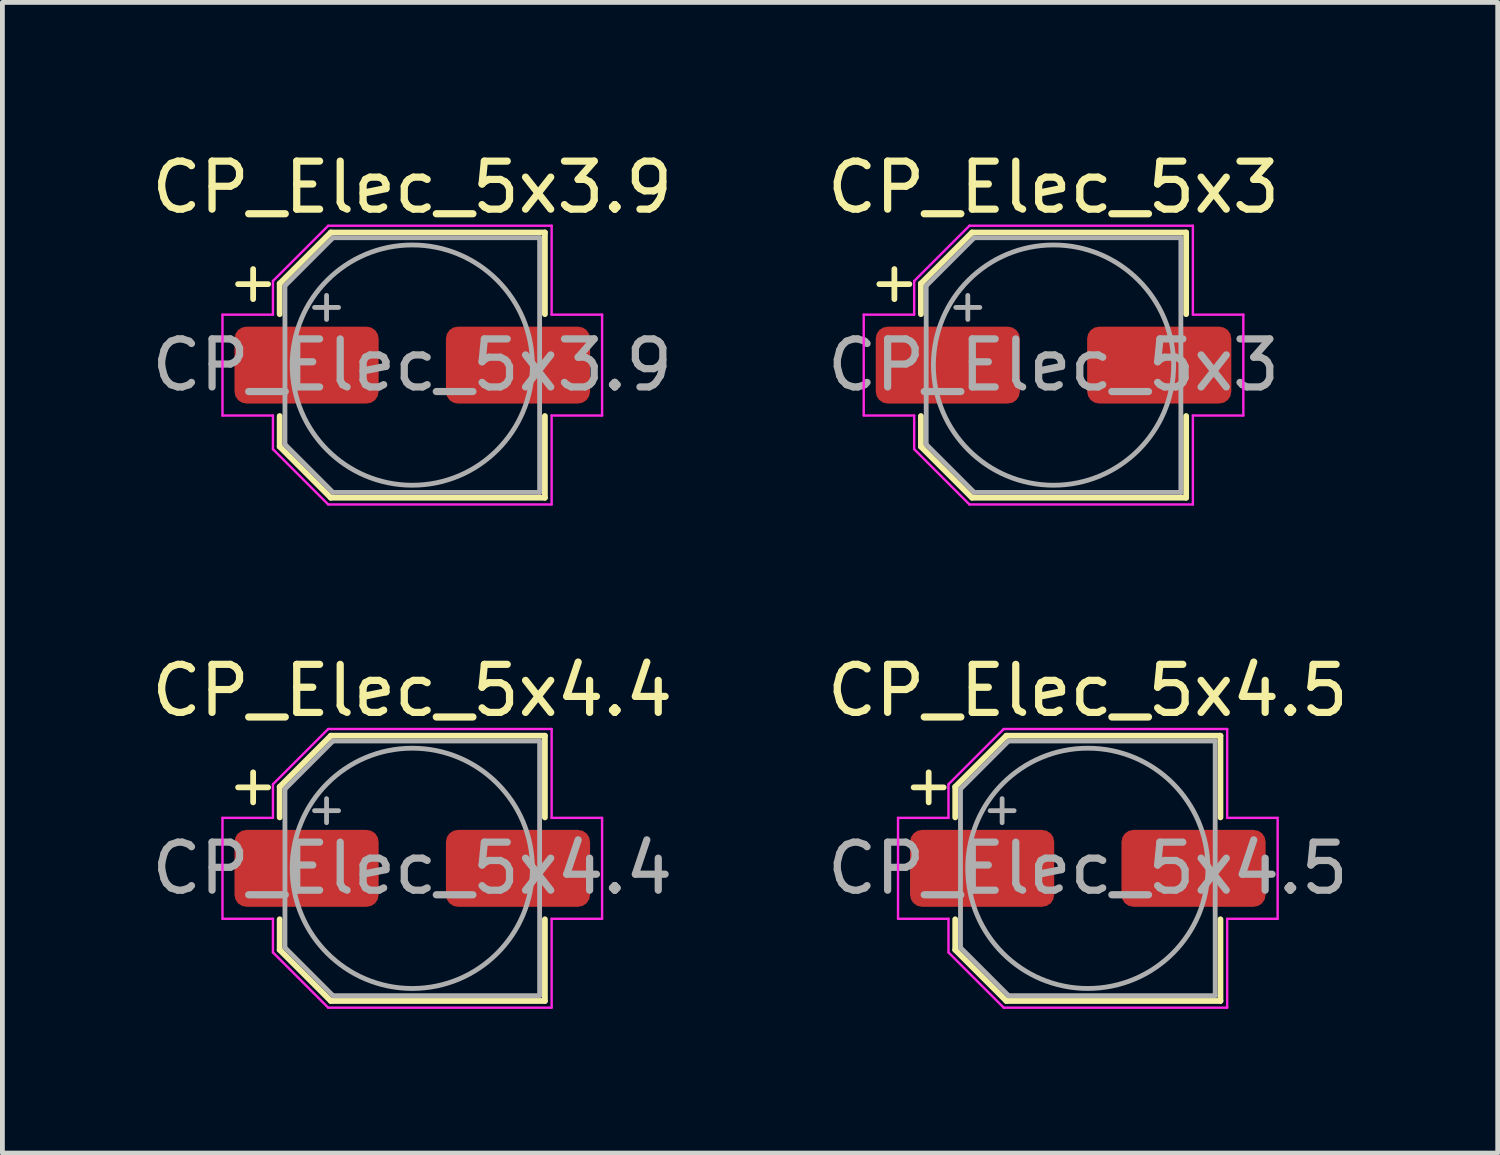
<source format=kicad_pcb>
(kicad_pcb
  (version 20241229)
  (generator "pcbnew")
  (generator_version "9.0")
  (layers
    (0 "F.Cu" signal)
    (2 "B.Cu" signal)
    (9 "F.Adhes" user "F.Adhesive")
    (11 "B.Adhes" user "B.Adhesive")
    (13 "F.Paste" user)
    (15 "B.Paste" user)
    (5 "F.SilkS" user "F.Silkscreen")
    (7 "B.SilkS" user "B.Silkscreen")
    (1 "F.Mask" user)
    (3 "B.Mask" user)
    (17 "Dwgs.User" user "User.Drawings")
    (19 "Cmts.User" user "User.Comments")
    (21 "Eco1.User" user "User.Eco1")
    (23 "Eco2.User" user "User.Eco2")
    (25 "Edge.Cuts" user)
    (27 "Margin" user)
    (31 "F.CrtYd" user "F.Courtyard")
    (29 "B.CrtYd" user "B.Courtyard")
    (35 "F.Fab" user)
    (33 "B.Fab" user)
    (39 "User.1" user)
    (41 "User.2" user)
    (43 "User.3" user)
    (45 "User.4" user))
  (footprint "CP_Elec_5x4.5"
    (layer "F.Cu")
    (at 19.589 15.021)
    (property "Reference" "CP_Elec_5x4.5" (at 0 -3.7 0) (layer "F.SilkS") (effects (font (size 1 1) (thickness 0.15))))
    (attr smd)
    (fp_line (start -3.625 -1.685) (end -3 -1.685) (stroke (width 0.12) (type solid)) (layer "F.SilkS"))
    (fp_line (start -3.312 -1.998) (end -3.312 -1.373) (stroke (width 0.12) (type solid)) (layer "F.SilkS"))
    (fp_line (start -2.76 -1.696) (end -2.76 -1.06) (stroke (width 0.12) (type solid)) (layer "F.SilkS"))
    (fp_line (start -2.76 -1.696) (end -1.696 -2.76) (stroke (width 0.12) (type solid)) (layer "F.SilkS"))
    (fp_line (start -2.76 1.696) (end -2.76 1.06) (stroke (width 0.12) (type solid)) (layer "F.SilkS"))
    (fp_line (start -2.76 1.696) (end -1.696 2.76) (stroke (width 0.12) (type solid)) (layer "F.SilkS"))
    (fp_line (start -1.696 -2.76) (end 2.76 -2.76) (stroke (width 0.12) (type solid)) (layer "F.SilkS"))
    (fp_line (start -1.696 2.76) (end 2.76 2.76) (stroke (width 0.12) (type solid)) (layer "F.SilkS"))
    (fp_line (start 2.76 -2.76) (end 2.76 -1.06) (stroke (width 0.12) (type solid)) (layer "F.SilkS"))
    (fp_line (start 2.76 2.76) (end 2.76 1.06) (stroke (width 0.12) (type solid)) (layer "F.SilkS"))
    (fp_line (start -3.95 -1.05) (end -3.95 1.05) (stroke (width 0.05) (type solid)) (layer "F.CrtYd"))
    (fp_line (start -3.95 1.05) (end -2.9 1.05) (stroke (width 0.05) (type solid)) (layer "F.CrtYd"))
    (fp_line (start -2.9 -1.75) (end -2.9 -1.05) (stroke (width 0.05) (type solid)) (layer "F.CrtYd"))
    (fp_line (start -2.9 -1.75) (end -1.75 -2.9) (stroke (width 0.05) (type solid)) (layer "F.CrtYd"))
    (fp_line (start -2.9 -1.05) (end -3.95 -1.05) (stroke (width 0.05) (type solid)) (layer "F.CrtYd"))
    (fp_line (start -2.9 1.05) (end -2.9 1.75) (stroke (width 0.05) (type solid)) (layer "F.CrtYd"))
    (fp_line (start -2.9 1.75) (end -1.75 2.9) (stroke (width 0.05) (type solid)) (layer "F.CrtYd"))
    (fp_line (start -1.75 -2.9) (end 2.9 -2.9) (stroke (width 0.05) (type solid)) (layer "F.CrtYd"))
    (fp_line (start -1.75 2.9) (end 2.9 2.9) (stroke (width 0.05) (type solid)) (layer "F.CrtYd"))
    (fp_line (start 2.9 -2.9) (end 2.9 -1.05) (stroke (width 0.05) (type solid)) (layer "F.CrtYd"))
    (fp_line (start 2.9 -1.05) (end 3.95 -1.05) (stroke (width 0.05) (type solid)) (layer "F.CrtYd"))
    (fp_line (start 2.9 1.05) (end 2.9 2.9) (stroke (width 0.05) (type solid)) (layer "F.CrtYd"))
    (fp_line (start 3.95 -1.05) (end 3.95 1.05) (stroke (width 0.05) (type solid)) (layer "F.CrtYd"))
    (fp_line (start 3.95 1.05) (end 2.9 1.05) (stroke (width 0.05) (type solid)) (layer "F.CrtYd"))
    (fp_line (start -2.65 -1.65) (end -2.65 1.65) (stroke (width 0.1) (type solid)) (layer "F.Fab"))
    (fp_line (start -2.65 -1.65) (end -1.65 -2.65) (stroke (width 0.1) (type solid)) (layer "F.Fab"))
    (fp_line (start -2.65 1.65) (end -1.65 2.65) (stroke (width 0.1) (type solid)) (layer "F.Fab"))
    (fp_line (start -2.034 -1.2) (end -1.534 -1.2) (stroke (width 0.1) (type solid)) (layer "F.Fab"))
    (fp_line (start -1.784 -1.45) (end -1.784 -0.95) (stroke (width 0.1) (type solid)) (layer "F.Fab"))
    (fp_line (start -1.65 -2.65) (end 2.65 -2.65) (stroke (width 0.1) (type solid)) (layer "F.Fab"))
    (fp_line (start -1.65 2.65) (end 2.65 2.65) (stroke (width 0.1) (type solid)) (layer "F.Fab"))
    (fp_line (start 2.65 -2.65) (end 2.65 2.65) (stroke (width 0.1) (type solid)) (layer "F.Fab"))
    (fp_circle (center 0 0) (end 2.5 0) (stroke (width 0.1) (type solid)) (fill no) (layer "F.Fab"))
    (fp_text user "${REFERENCE}" (at 0 0 0) (layer "F.Fab") (effects (font (size 1 1) (thickness 0.15))))
    (pad "1" smd roundrect (at -2.2 0) (size 3 1.6) (layers "F.Cu" "F.Mask" "F.Paste") (roundrect_rratio 0.156))
    (pad "2" smd roundrect (at 2.2 0) (size 3 1.6) (layers "F.Cu" "F.Mask" "F.Paste") (roundrect_rratio 0.156)))
  (footprint "CP_Elec_5x4.4"
    (layer "F.Cu")
    (at 5.53 15.021)
    (property "Reference" "CP_Elec_5x4.4" (at 0 -3.7 0) (layer "F.SilkS") (effects (font (size 1 1) (thickness 0.15))))
    (attr smd)
    (fp_line (start -3.625 -1.685) (end -3 -1.685) (stroke (width 0.12) (type solid)) (layer "F.SilkS"))
    (fp_line (start -3.312 -1.998) (end -3.312 -1.373) (stroke (width 0.12) (type solid)) (layer "F.SilkS"))
    (fp_line (start -2.76 -1.696) (end -2.76 -1.06) (stroke (width 0.12) (type solid)) (layer "F.SilkS"))
    (fp_line (start -2.76 -1.696) (end -1.696 -2.76) (stroke (width 0.12) (type solid)) (layer "F.SilkS"))
    (fp_line (start -2.76 1.696) (end -2.76 1.06) (stroke (width 0.12) (type solid)) (layer "F.SilkS"))
    (fp_line (start -2.76 1.696) (end -1.696 2.76) (stroke (width 0.12) (type solid)) (layer "F.SilkS"))
    (fp_line (start -1.696 -2.76) (end 2.76 -2.76) (stroke (width 0.12) (type solid)) (layer "F.SilkS"))
    (fp_line (start -1.696 2.76) (end 2.76 2.76) (stroke (width 0.12) (type solid)) (layer "F.SilkS"))
    (fp_line (start 2.76 -2.76) (end 2.76 -1.06) (stroke (width 0.12) (type solid)) (layer "F.SilkS"))
    (fp_line (start 2.76 2.76) (end 2.76 1.06) (stroke (width 0.12) (type solid)) (layer "F.SilkS"))
    (fp_line (start -3.95 -1.05) (end -3.95 1.05) (stroke (width 0.05) (type solid)) (layer "F.CrtYd"))
    (fp_line (start -3.95 1.05) (end -2.9 1.05) (stroke (width 0.05) (type solid)) (layer "F.CrtYd"))
    (fp_line (start -2.9 -1.75) (end -2.9 -1.05) (stroke (width 0.05) (type solid)) (layer "F.CrtYd"))
    (fp_line (start -2.9 -1.75) (end -1.75 -2.9) (stroke (width 0.05) (type solid)) (layer "F.CrtYd"))
    (fp_line (start -2.9 -1.05) (end -3.95 -1.05) (stroke (width 0.05) (type solid)) (layer "F.CrtYd"))
    (fp_line (start -2.9 1.05) (end -2.9 1.75) (stroke (width 0.05) (type solid)) (layer "F.CrtYd"))
    (fp_line (start -2.9 1.75) (end -1.75 2.9) (stroke (width 0.05) (type solid)) (layer "F.CrtYd"))
    (fp_line (start -1.75 -2.9) (end 2.9 -2.9) (stroke (width 0.05) (type solid)) (layer "F.CrtYd"))
    (fp_line (start -1.75 2.9) (end 2.9 2.9) (stroke (width 0.05) (type solid)) (layer "F.CrtYd"))
    (fp_line (start 2.9 -2.9) (end 2.9 -1.05) (stroke (width 0.05) (type solid)) (layer "F.CrtYd"))
    (fp_line (start 2.9 -1.05) (end 3.95 -1.05) (stroke (width 0.05) (type solid)) (layer "F.CrtYd"))
    (fp_line (start 2.9 1.05) (end 2.9 2.9) (stroke (width 0.05) (type solid)) (layer "F.CrtYd"))
    (fp_line (start 3.95 -1.05) (end 3.95 1.05) (stroke (width 0.05) (type solid)) (layer "F.CrtYd"))
    (fp_line (start 3.95 1.05) (end 2.9 1.05) (stroke (width 0.05) (type solid)) (layer "F.CrtYd"))
    (fp_line (start -2.65 -1.65) (end -2.65 1.65) (stroke (width 0.1) (type solid)) (layer "F.Fab"))
    (fp_line (start -2.65 -1.65) (end -1.65 -2.65) (stroke (width 0.1) (type solid)) (layer "F.Fab"))
    (fp_line (start -2.65 1.65) (end -1.65 2.65) (stroke (width 0.1) (type solid)) (layer "F.Fab"))
    (fp_line (start -2.034 -1.2) (end -1.534 -1.2) (stroke (width 0.1) (type solid)) (layer "F.Fab"))
    (fp_line (start -1.784 -1.45) (end -1.784 -0.95) (stroke (width 0.1) (type solid)) (layer "F.Fab"))
    (fp_line (start -1.65 -2.65) (end 2.65 -2.65) (stroke (width 0.1) (type solid)) (layer "F.Fab"))
    (fp_line (start -1.65 2.65) (end 2.65 2.65) (stroke (width 0.1) (type solid)) (layer "F.Fab"))
    (fp_line (start 2.65 -2.65) (end 2.65 2.65) (stroke (width 0.1) (type solid)) (layer "F.Fab"))
    (fp_circle (center 0 0) (end 2.5 0) (stroke (width 0.1) (type solid)) (fill no) (layer "F.Fab"))
    (fp_text user "${REFERENCE}" (at 0 0 0) (layer "F.Fab") (effects (font (size 1 1) (thickness 0.15))))
    (pad "1" smd roundrect (at -2.2 0) (size 3 1.6) (layers "F.Cu" "F.Mask" "F.Paste") (roundrect_rratio 0.156))
    (pad "2" smd roundrect (at 2.2 0) (size 3 1.6) (layers "F.Cu" "F.Mask" "F.Paste") (roundrect_rratio 0.156)))
  (footprint "CP_Elec_5x3.9"
    (layer "F.Cu")
    (at 5.53 4.548)
    (property "Reference" "CP_Elec_5x3.9" (at 0 -3.7 0) (layer "F.SilkS") (effects (font (size 1 1) (thickness 0.15))))
    (attr smd)
    (fp_line (start -3.625 -1.685) (end -3 -1.685) (stroke (width 0.12) (type solid)) (layer "F.SilkS"))
    (fp_line (start -3.312 -1.998) (end -3.312 -1.373) (stroke (width 0.12) (type solid)) (layer "F.SilkS"))
    (fp_line (start -2.76 -1.696) (end -2.76 -1.06) (stroke (width 0.12) (type solid)) (layer "F.SilkS"))
    (fp_line (start -2.76 -1.696) (end -1.696 -2.76) (stroke (width 0.12) (type solid)) (layer "F.SilkS"))
    (fp_line (start -2.76 1.696) (end -2.76 1.06) (stroke (width 0.12) (type solid)) (layer "F.SilkS"))
    (fp_line (start -2.76 1.696) (end -1.696 2.76) (stroke (width 0.12) (type solid)) (layer "F.SilkS"))
    (fp_line (start -1.696 -2.76) (end 2.76 -2.76) (stroke (width 0.12) (type solid)) (layer "F.SilkS"))
    (fp_line (start -1.696 2.76) (end 2.76 2.76) (stroke (width 0.12) (type solid)) (layer "F.SilkS"))
    (fp_line (start 2.76 -2.76) (end 2.76 -1.06) (stroke (width 0.12) (type solid)) (layer "F.SilkS"))
    (fp_line (start 2.76 2.76) (end 2.76 1.06) (stroke (width 0.12) (type solid)) (layer "F.SilkS"))
    (fp_line (start -3.95 -1.05) (end -3.95 1.05) (stroke (width 0.05) (type solid)) (layer "F.CrtYd"))
    (fp_line (start -3.95 1.05) (end -2.9 1.05) (stroke (width 0.05) (type solid)) (layer "F.CrtYd"))
    (fp_line (start -2.9 -1.75) (end -2.9 -1.05) (stroke (width 0.05) (type solid)) (layer "F.CrtYd"))
    (fp_line (start -2.9 -1.75) (end -1.75 -2.9) (stroke (width 0.05) (type solid)) (layer "F.CrtYd"))
    (fp_line (start -2.9 -1.05) (end -3.95 -1.05) (stroke (width 0.05) (type solid)) (layer "F.CrtYd"))
    (fp_line (start -2.9 1.05) (end -2.9 1.75) (stroke (width 0.05) (type solid)) (layer "F.CrtYd"))
    (fp_line (start -2.9 1.75) (end -1.75 2.9) (stroke (width 0.05) (type solid)) (layer "F.CrtYd"))
    (fp_line (start -1.75 -2.9) (end 2.9 -2.9) (stroke (width 0.05) (type solid)) (layer "F.CrtYd"))
    (fp_line (start -1.75 2.9) (end 2.9 2.9) (stroke (width 0.05) (type solid)) (layer "F.CrtYd"))
    (fp_line (start 2.9 -2.9) (end 2.9 -1.05) (stroke (width 0.05) (type solid)) (layer "F.CrtYd"))
    (fp_line (start 2.9 -1.05) (end 3.95 -1.05) (stroke (width 0.05) (type solid)) (layer "F.CrtYd"))
    (fp_line (start 2.9 1.05) (end 2.9 2.9) (stroke (width 0.05) (type solid)) (layer "F.CrtYd"))
    (fp_line (start 3.95 -1.05) (end 3.95 1.05) (stroke (width 0.05) (type solid)) (layer "F.CrtYd"))
    (fp_line (start 3.95 1.05) (end 2.9 1.05) (stroke (width 0.05) (type solid)) (layer "F.CrtYd"))
    (fp_line (start -2.65 -1.65) (end -2.65 1.65) (stroke (width 0.1) (type solid)) (layer "F.Fab"))
    (fp_line (start -2.65 -1.65) (end -1.65 -2.65) (stroke (width 0.1) (type solid)) (layer "F.Fab"))
    (fp_line (start -2.65 1.65) (end -1.65 2.65) (stroke (width 0.1) (type solid)) (layer "F.Fab"))
    (fp_line (start -2.034 -1.2) (end -1.534 -1.2) (stroke (width 0.1) (type solid)) (layer "F.Fab"))
    (fp_line (start -1.784 -1.45) (end -1.784 -0.95) (stroke (width 0.1) (type solid)) (layer "F.Fab"))
    (fp_line (start -1.65 -2.65) (end 2.65 -2.65) (stroke (width 0.1) (type solid)) (layer "F.Fab"))
    (fp_line (start -1.65 2.65) (end 2.65 2.65) (stroke (width 0.1) (type solid)) (layer "F.Fab"))
    (fp_line (start 2.65 -2.65) (end 2.65 2.65) (stroke (width 0.1) (type solid)) (layer "F.Fab"))
    (fp_circle (center 0 0) (end 2.5 0) (stroke (width 0.1) (type solid)) (fill no) (layer "F.Fab"))
    (fp_text user "${REFERENCE}" (at 0 0 0) (layer "F.Fab") (effects (font (size 1 1) (thickness 0.15))))
    (pad "1" smd roundrect (at -2.2 0) (size 3 1.6) (layers "F.Cu" "F.Mask" "F.Paste") (roundrect_rratio 0.156))
    (pad "2" smd roundrect (at 2.2 0) (size 3 1.6) (layers "F.Cu" "F.Mask" "F.Paste") (roundrect_rratio 0.156)))
  (footprint "CP_Elec_5x3"
    (layer "F.Cu")
    (at 18.875 4.548)
    (property "Reference" "CP_Elec_5x3" (at 0 -3.7 0) (layer "F.SilkS") (effects (font (size 1 1) (thickness 0.15))))
    (attr smd)
    (fp_line (start -3.625 -1.685) (end -3 -1.685) (stroke (width 0.12) (type solid)) (layer "F.SilkS"))
    (fp_line (start -3.312 -1.998) (end -3.312 -1.373) (stroke (width 0.12) (type solid)) (layer "F.SilkS"))
    (fp_line (start -2.76 -1.696) (end -2.76 -1.06) (stroke (width 0.12) (type solid)) (layer "F.SilkS"))
    (fp_line (start -2.76 -1.696) (end -1.696 -2.76) (stroke (width 0.12) (type solid)) (layer "F.SilkS"))
    (fp_line (start -2.76 1.696) (end -2.76 1.06) (stroke (width 0.12) (type solid)) (layer "F.SilkS"))
    (fp_line (start -2.76 1.696) (end -1.696 2.76) (stroke (width 0.12) (type solid)) (layer "F.SilkS"))
    (fp_line (start -1.696 -2.76) (end 2.76 -2.76) (stroke (width 0.12) (type solid)) (layer "F.SilkS"))
    (fp_line (start -1.696 2.76) (end 2.76 2.76) (stroke (width 0.12) (type solid)) (layer "F.SilkS"))
    (fp_line (start 2.76 -2.76) (end 2.76 -1.06) (stroke (width 0.12) (type solid)) (layer "F.SilkS"))
    (fp_line (start 2.76 2.76) (end 2.76 1.06) (stroke (width 0.12) (type solid)) (layer "F.SilkS"))
    (fp_line (start -3.95 -1.05) (end -3.95 1.05) (stroke (width 0.05) (type solid)) (layer "F.CrtYd"))
    (fp_line (start -3.95 1.05) (end -2.9 1.05) (stroke (width 0.05) (type solid)) (layer "F.CrtYd"))
    (fp_line (start -2.9 -1.75) (end -2.9 -1.05) (stroke (width 0.05) (type solid)) (layer "F.CrtYd"))
    (fp_line (start -2.9 -1.75) (end -1.75 -2.9) (stroke (width 0.05) (type solid)) (layer "F.CrtYd"))
    (fp_line (start -2.9 -1.05) (end -3.95 -1.05) (stroke (width 0.05) (type solid)) (layer "F.CrtYd"))
    (fp_line (start -2.9 1.05) (end -2.9 1.75) (stroke (width 0.05) (type solid)) (layer "F.CrtYd"))
    (fp_line (start -2.9 1.75) (end -1.75 2.9) (stroke (width 0.05) (type solid)) (layer "F.CrtYd"))
    (fp_line (start -1.75 -2.9) (end 2.9 -2.9) (stroke (width 0.05) (type solid)) (layer "F.CrtYd"))
    (fp_line (start -1.75 2.9) (end 2.9 2.9) (stroke (width 0.05) (type solid)) (layer "F.CrtYd"))
    (fp_line (start 2.9 -2.9) (end 2.9 -1.05) (stroke (width 0.05) (type solid)) (layer "F.CrtYd"))
    (fp_line (start 2.9 -1.05) (end 3.95 -1.05) (stroke (width 0.05) (type solid)) (layer "F.CrtYd"))
    (fp_line (start 2.9 1.05) (end 2.9 2.9) (stroke (width 0.05) (type solid)) (layer "F.CrtYd"))
    (fp_line (start 3.95 -1.05) (end 3.95 1.05) (stroke (width 0.05) (type solid)) (layer "F.CrtYd"))
    (fp_line (start 3.95 1.05) (end 2.9 1.05) (stroke (width 0.05) (type solid)) (layer "F.CrtYd"))
    (fp_line (start -2.65 -1.65) (end -2.65 1.65) (stroke (width 0.1) (type solid)) (layer "F.Fab"))
    (fp_line (start -2.65 -1.65) (end -1.65 -2.65) (stroke (width 0.1) (type solid)) (layer "F.Fab"))
    (fp_line (start -2.65 1.65) (end -1.65 2.65) (stroke (width 0.1) (type solid)) (layer "F.Fab"))
    (fp_line (start -2.034 -1.2) (end -1.534 -1.2) (stroke (width 0.1) (type solid)) (layer "F.Fab"))
    (fp_line (start -1.784 -1.45) (end -1.784 -0.95) (stroke (width 0.1) (type solid)) (layer "F.Fab"))
    (fp_line (start -1.65 -2.65) (end 2.65 -2.65) (stroke (width 0.1) (type solid)) (layer "F.Fab"))
    (fp_line (start -1.65 2.65) (end 2.65 2.65) (stroke (width 0.1) (type solid)) (layer "F.Fab"))
    (fp_line (start 2.65 -2.65) (end 2.65 2.65) (stroke (width 0.1) (type solid)) (layer "F.Fab"))
    (fp_circle (center 0 0) (end 2.5 0) (stroke (width 0.1) (type solid)) (fill no) (layer "F.Fab"))
    (fp_text user "${REFERENCE}" (at 0 0 0) (layer "F.Fab") (effects (font (size 1 1) (thickness 0.15))))
    (pad "1" smd roundrect (at -2.2 0) (size 3 1.6) (layers "F.Cu" "F.Mask" "F.Paste") (roundrect_rratio 0.156))
    (pad "2" smd roundrect (at 2.2 0) (size 3 1.6) (layers "F.Cu" "F.Mask" "F.Paste") (roundrect_rratio 0.156)))
  (gr_rect
    (start -3 -3)
    (end 28.119 20.947)
    (stroke (width 0.1) (type default))
    (fill no)
    (layer "Edge.Cuts")))
</source>
